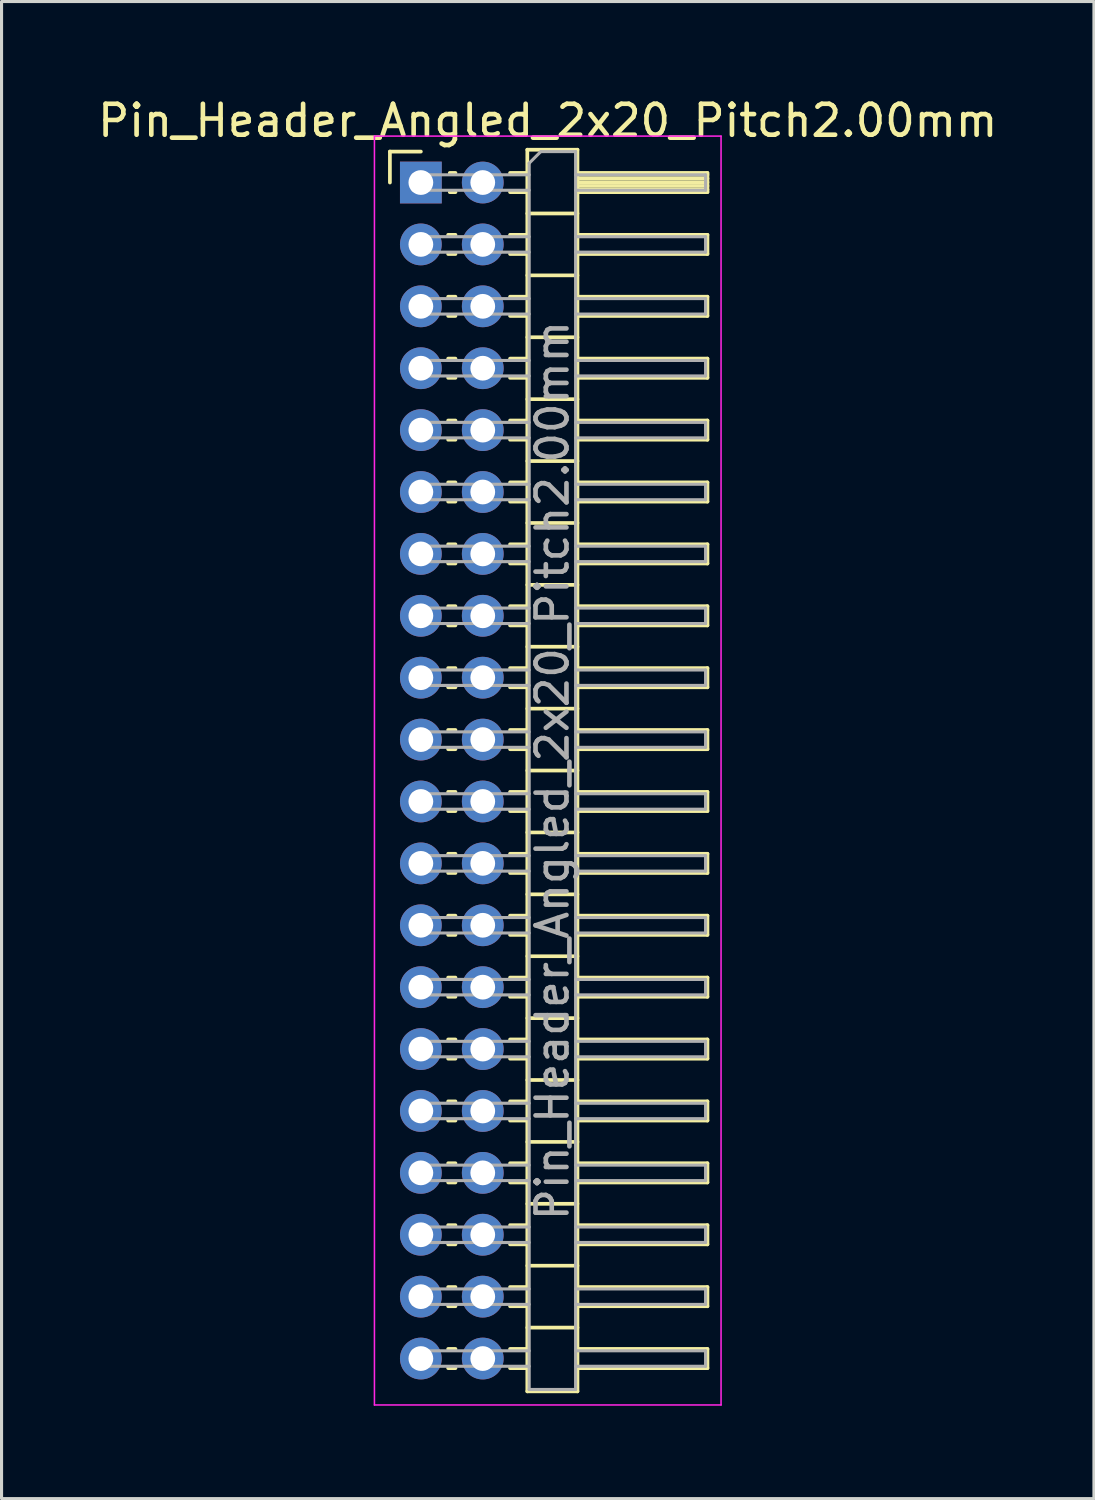
<source format=kicad_pcb>
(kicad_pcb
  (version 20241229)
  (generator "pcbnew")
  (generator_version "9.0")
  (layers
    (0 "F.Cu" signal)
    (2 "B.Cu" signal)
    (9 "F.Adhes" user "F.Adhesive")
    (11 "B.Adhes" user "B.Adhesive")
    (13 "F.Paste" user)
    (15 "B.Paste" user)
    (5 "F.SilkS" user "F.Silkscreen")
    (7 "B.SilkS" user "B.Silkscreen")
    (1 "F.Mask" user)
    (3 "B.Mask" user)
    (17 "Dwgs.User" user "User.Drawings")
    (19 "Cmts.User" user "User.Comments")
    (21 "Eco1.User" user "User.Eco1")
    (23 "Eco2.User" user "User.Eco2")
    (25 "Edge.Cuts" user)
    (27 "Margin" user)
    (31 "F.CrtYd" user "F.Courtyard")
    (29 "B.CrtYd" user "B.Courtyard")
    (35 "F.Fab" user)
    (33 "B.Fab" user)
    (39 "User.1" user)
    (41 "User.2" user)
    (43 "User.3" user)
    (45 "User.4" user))
  (footprint "Pin_Header_Angled_2x20_Pitch2.00mm"
    (layer "F.Cu")
    (at 10.549 2.848)
    (property "Reference" "Pin_Header_Angled_2x20_Pitch2.00mm" (at 4.1 -2 0) (layer "F.SilkS") (effects (font (size 1 1) (thickness 0.15))))
    (attr through_hole)
    (fp_line (start -1 -1) (end 0 -1) (stroke (width 0.12) (type solid)) (layer "F.SilkS"))
    (fp_line (start -1 0) (end -1 -1) (stroke (width 0.12) (type solid)) (layer "F.SilkS"))
    (fp_line (start 0.882 1.69) (end 1.118 1.69) (stroke (width 0.12) (type solid)) (layer "F.SilkS"))
    (fp_line (start 0.882 2.31) (end 1.118 2.31) (stroke (width 0.12) (type solid)) (layer "F.SilkS"))
    (fp_line (start 0.882 3.69) (end 1.118 3.69) (stroke (width 0.12) (type solid)) (layer "F.SilkS"))
    (fp_line (start 0.882 4.31) (end 1.118 4.31) (stroke (width 0.12) (type solid)) (layer "F.SilkS"))
    (fp_line (start 0.882 5.69) (end 1.118 5.69) (stroke (width 0.12) (type solid)) (layer "F.SilkS"))
    (fp_line (start 0.882 6.31) (end 1.118 6.31) (stroke (width 0.12) (type solid)) (layer "F.SilkS"))
    (fp_line (start 0.882 7.69) (end 1.118 7.69) (stroke (width 0.12) (type solid)) (layer "F.SilkS"))
    (fp_line (start 0.882 8.31) (end 1.118 8.31) (stroke (width 0.12) (type solid)) (layer "F.SilkS"))
    (fp_line (start 0.882 9.69) (end 1.118 9.69) (stroke (width 0.12) (type solid)) (layer "F.SilkS"))
    (fp_line (start 0.882 10.31) (end 1.118 10.31) (stroke (width 0.12) (type solid)) (layer "F.SilkS"))
    (fp_line (start 0.882 11.69) (end 1.118 11.69) (stroke (width 0.12) (type solid)) (layer "F.SilkS"))
    (fp_line (start 0.882 12.31) (end 1.118 12.31) (stroke (width 0.12) (type solid)) (layer "F.SilkS"))
    (fp_line (start 0.882 13.69) (end 1.118 13.69) (stroke (width 0.12) (type solid)) (layer "F.SilkS"))
    (fp_line (start 0.882 14.31) (end 1.118 14.31) (stroke (width 0.12) (type solid)) (layer "F.SilkS"))
    (fp_line (start 0.882 15.69) (end 1.118 15.69) (stroke (width 0.12) (type solid)) (layer "F.SilkS"))
    (fp_line (start 0.882 16.31) (end 1.118 16.31) (stroke (width 0.12) (type solid)) (layer "F.SilkS"))
    (fp_line (start 0.882 17.69) (end 1.118 17.69) (stroke (width 0.12) (type solid)) (layer "F.SilkS"))
    (fp_line (start 0.882 18.31) (end 1.118 18.31) (stroke (width 0.12) (type solid)) (layer "F.SilkS"))
    (fp_line (start 0.882 19.69) (end 1.118 19.69) (stroke (width 0.12) (type solid)) (layer "F.SilkS"))
    (fp_line (start 0.882 20.31) (end 1.118 20.31) (stroke (width 0.12) (type solid)) (layer "F.SilkS"))
    (fp_line (start 0.882 21.69) (end 1.118 21.69) (stroke (width 0.12) (type solid)) (layer "F.SilkS"))
    (fp_line (start 0.882 22.31) (end 1.118 22.31) (stroke (width 0.12) (type solid)) (layer "F.SilkS"))
    (fp_line (start 0.882 23.69) (end 1.118 23.69) (stroke (width 0.12) (type solid)) (layer "F.SilkS"))
    (fp_line (start 0.882 24.31) (end 1.118 24.31) (stroke (width 0.12) (type solid)) (layer "F.SilkS"))
    (fp_line (start 0.882 25.69) (end 1.118 25.69) (stroke (width 0.12) (type solid)) (layer "F.SilkS"))
    (fp_line (start 0.882 26.31) (end 1.118 26.31) (stroke (width 0.12) (type solid)) (layer "F.SilkS"))
    (fp_line (start 0.882 27.69) (end 1.118 27.69) (stroke (width 0.12) (type solid)) (layer "F.SilkS"))
    (fp_line (start 0.882 28.31) (end 1.118 28.31) (stroke (width 0.12) (type solid)) (layer "F.SilkS"))
    (fp_line (start 0.882 29.69) (end 1.118 29.69) (stroke (width 0.12) (type solid)) (layer "F.SilkS"))
    (fp_line (start 0.882 30.31) (end 1.118 30.31) (stroke (width 0.12) (type solid)) (layer "F.SilkS"))
    (fp_line (start 0.882 31.69) (end 1.118 31.69) (stroke (width 0.12) (type solid)) (layer "F.SilkS"))
    (fp_line (start 0.882 32.31) (end 1.118 32.31) (stroke (width 0.12) (type solid)) (layer "F.SilkS"))
    (fp_line (start 0.882 33.69) (end 1.118 33.69) (stroke (width 0.12) (type solid)) (layer "F.SilkS"))
    (fp_line (start 0.882 34.31) (end 1.118 34.31) (stroke (width 0.12) (type solid)) (layer "F.SilkS"))
    (fp_line (start 0.882 35.69) (end 1.118 35.69) (stroke (width 0.12) (type solid)) (layer "F.SilkS"))
    (fp_line (start 0.882 36.31) (end 1.118 36.31) (stroke (width 0.12) (type solid)) (layer "F.SilkS"))
    (fp_line (start 0.882 37.69) (end 1.118 37.69) (stroke (width 0.12) (type solid)) (layer "F.SilkS"))
    (fp_line (start 0.882 38.31) (end 1.118 38.31) (stroke (width 0.12) (type solid)) (layer "F.SilkS"))
    (fp_line (start 0.935 -0.31) (end 1.118 -0.31) (stroke (width 0.12) (type solid)) (layer "F.SilkS"))
    (fp_line (start 0.935 0.31) (end 1.118 0.31) (stroke (width 0.12) (type solid)) (layer "F.SilkS"))
    (fp_line (start 2.882 -0.31) (end 3.44 -0.31) (stroke (width 0.12) (type solid)) (layer "F.SilkS"))
    (fp_line (start 2.882 0.31) (end 3.44 0.31) (stroke (width 0.12) (type solid)) (layer "F.SilkS"))
    (fp_line (start 2.882 1.69) (end 3.44 1.69) (stroke (width 0.12) (type solid)) (layer "F.SilkS"))
    (fp_line (start 2.882 2.31) (end 3.44 2.31) (stroke (width 0.12) (type solid)) (layer "F.SilkS"))
    (fp_line (start 2.882 3.69) (end 3.44 3.69) (stroke (width 0.12) (type solid)) (layer "F.SilkS"))
    (fp_line (start 2.882 4.31) (end 3.44 4.31) (stroke (width 0.12) (type solid)) (layer "F.SilkS"))
    (fp_line (start 2.882 5.69) (end 3.44 5.69) (stroke (width 0.12) (type solid)) (layer "F.SilkS"))
    (fp_line (start 2.882 6.31) (end 3.44 6.31) (stroke (width 0.12) (type solid)) (layer "F.SilkS"))
    (fp_line (start 2.882 7.69) (end 3.44 7.69) (stroke (width 0.12) (type solid)) (layer "F.SilkS"))
    (fp_line (start 2.882 8.31) (end 3.44 8.31) (stroke (width 0.12) (type solid)) (layer "F.SilkS"))
    (fp_line (start 2.882 9.69) (end 3.44 9.69) (stroke (width 0.12) (type solid)) (layer "F.SilkS"))
    (fp_line (start 2.882 10.31) (end 3.44 10.31) (stroke (width 0.12) (type solid)) (layer "F.SilkS"))
    (fp_line (start 2.882 11.69) (end 3.44 11.69) (stroke (width 0.12) (type solid)) (layer "F.SilkS"))
    (fp_line (start 2.882 12.31) (end 3.44 12.31) (stroke (width 0.12) (type solid)) (layer "F.SilkS"))
    (fp_line (start 2.882 13.69) (end 3.44 13.69) (stroke (width 0.12) (type solid)) (layer "F.SilkS"))
    (fp_line (start 2.882 14.31) (end 3.44 14.31) (stroke (width 0.12) (type solid)) (layer "F.SilkS"))
    (fp_line (start 2.882 15.69) (end 3.44 15.69) (stroke (width 0.12) (type solid)) (layer "F.SilkS"))
    (fp_line (start 2.882 16.31) (end 3.44 16.31) (stroke (width 0.12) (type solid)) (layer "F.SilkS"))
    (fp_line (start 2.882 17.69) (end 3.44 17.69) (stroke (width 0.12) (type solid)) (layer "F.SilkS"))
    (fp_line (start 2.882 18.31) (end 3.44 18.31) (stroke (width 0.12) (type solid)) (layer "F.SilkS"))
    (fp_line (start 2.882 19.69) (end 3.44 19.69) (stroke (width 0.12) (type solid)) (layer "F.SilkS"))
    (fp_line (start 2.882 20.31) (end 3.44 20.31) (stroke (width 0.12) (type solid)) (layer "F.SilkS"))
    (fp_line (start 2.882 21.69) (end 3.44 21.69) (stroke (width 0.12) (type solid)) (layer "F.SilkS"))
    (fp_line (start 2.882 22.31) (end 3.44 22.31) (stroke (width 0.12) (type solid)) (layer "F.SilkS"))
    (fp_line (start 2.882 23.69) (end 3.44 23.69) (stroke (width 0.12) (type solid)) (layer "F.SilkS"))
    (fp_line (start 2.882 24.31) (end 3.44 24.31) (stroke (width 0.12) (type solid)) (layer "F.SilkS"))
    (fp_line (start 2.882 25.69) (end 3.44 25.69) (stroke (width 0.12) (type solid)) (layer "F.SilkS"))
    (fp_line (start 2.882 26.31) (end 3.44 26.31) (stroke (width 0.12) (type solid)) (layer "F.SilkS"))
    (fp_line (start 2.882 27.69) (end 3.44 27.69) (stroke (width 0.12) (type solid)) (layer "F.SilkS"))
    (fp_line (start 2.882 28.31) (end 3.44 28.31) (stroke (width 0.12) (type solid)) (layer "F.SilkS"))
    (fp_line (start 2.882 29.69) (end 3.44 29.69) (stroke (width 0.12) (type solid)) (layer "F.SilkS"))
    (fp_line (start 2.882 30.31) (end 3.44 30.31) (stroke (width 0.12) (type solid)) (layer "F.SilkS"))
    (fp_line (start 2.882 31.69) (end 3.44 31.69) (stroke (width 0.12) (type solid)) (layer "F.SilkS"))
    (fp_line (start 2.882 32.31) (end 3.44 32.31) (stroke (width 0.12) (type solid)) (layer "F.SilkS"))
    (fp_line (start 2.882 33.69) (end 3.44 33.69) (stroke (width 0.12) (type solid)) (layer "F.SilkS"))
    (fp_line (start 2.882 34.31) (end 3.44 34.31) (stroke (width 0.12) (type solid)) (layer "F.SilkS"))
    (fp_line (start 2.882 35.69) (end 3.44 35.69) (stroke (width 0.12) (type solid)) (layer "F.SilkS"))
    (fp_line (start 2.882 36.31) (end 3.44 36.31) (stroke (width 0.12) (type solid)) (layer "F.SilkS"))
    (fp_line (start 2.882 37.69) (end 3.44 37.69) (stroke (width 0.12) (type solid)) (layer "F.SilkS"))
    (fp_line (start 2.882 38.31) (end 3.44 38.31) (stroke (width 0.12) (type solid)) (layer "F.SilkS"))
    (fp_line (start 3.44 -1.06) (end 3.44 39.06) (stroke (width 0.12) (type solid)) (layer "F.SilkS"))
    (fp_line (start 3.44 1) (end 5.06 1) (stroke (width 0.12) (type solid)) (layer "F.SilkS"))
    (fp_line (start 3.44 3) (end 5.06 3) (stroke (width 0.12) (type solid)) (layer "F.SilkS"))
    (fp_line (start 3.44 5) (end 5.06 5) (stroke (width 0.12) (type solid)) (layer "F.SilkS"))
    (fp_line (start 3.44 7) (end 5.06 7) (stroke (width 0.12) (type solid)) (layer "F.SilkS"))
    (fp_line (start 3.44 9) (end 5.06 9) (stroke (width 0.12) (type solid)) (layer "F.SilkS"))
    (fp_line (start 3.44 11) (end 5.06 11) (stroke (width 0.12) (type solid)) (layer "F.SilkS"))
    (fp_line (start 3.44 13) (end 5.06 13) (stroke (width 0.12) (type solid)) (layer "F.SilkS"))
    (fp_line (start 3.44 15) (end 5.06 15) (stroke (width 0.12) (type solid)) (layer "F.SilkS"))
    (fp_line (start 3.44 17) (end 5.06 17) (stroke (width 0.12) (type solid)) (layer "F.SilkS"))
    (fp_line (start 3.44 19) (end 5.06 19) (stroke (width 0.12) (type solid)) (layer "F.SilkS"))
    (fp_line (start 3.44 21) (end 5.06 21) (stroke (width 0.12) (type solid)) (layer "F.SilkS"))
    (fp_line (start 3.44 23) (end 5.06 23) (stroke (width 0.12) (type solid)) (layer "F.SilkS"))
    (fp_line (start 3.44 25) (end 5.06 25) (stroke (width 0.12) (type solid)) (layer "F.SilkS"))
    (fp_line (start 3.44 27) (end 5.06 27) (stroke (width 0.12) (type solid)) (layer "F.SilkS"))
    (fp_line (start 3.44 29) (end 5.06 29) (stroke (width 0.12) (type solid)) (layer "F.SilkS"))
    (fp_line (start 3.44 31) (end 5.06 31) (stroke (width 0.12) (type solid)) (layer "F.SilkS"))
    (fp_line (start 3.44 33) (end 5.06 33) (stroke (width 0.12) (type solid)) (layer "F.SilkS"))
    (fp_line (start 3.44 35) (end 5.06 35) (stroke (width 0.12) (type solid)) (layer "F.SilkS"))
    (fp_line (start 3.44 37) (end 5.06 37) (stroke (width 0.12) (type solid)) (layer "F.SilkS"))
    (fp_line (start 3.44 39.06) (end 5.06 39.06) (stroke (width 0.12) (type solid)) (layer "F.SilkS"))
    (fp_line (start 5.06 -1.06) (end 3.44 -1.06) (stroke (width 0.12) (type solid)) (layer "F.SilkS"))
    (fp_line (start 5.06 -0.31) (end 9.26 -0.31) (stroke (width 0.12) (type solid)) (layer "F.SilkS"))
    (fp_line (start 5.06 -0.25) (end 9.26 -0.25) (stroke (width 0.12) (type solid)) (layer "F.SilkS"))
    (fp_line (start 5.06 -0.13) (end 9.26 -0.13) (stroke (width 0.12) (type solid)) (layer "F.SilkS"))
    (fp_line (start 5.06 -0.01) (end 9.26 -0.01) (stroke (width 0.12) (type solid)) (layer "F.SilkS"))
    (fp_line (start 5.06 0.11) (end 9.26 0.11) (stroke (width 0.12) (type solid)) (layer "F.SilkS"))
    (fp_line (start 5.06 0.23) (end 9.26 0.23) (stroke (width 0.12) (type solid)) (layer "F.SilkS"))
    (fp_line (start 5.06 1.69) (end 9.26 1.69) (stroke (width 0.12) (type solid)) (layer "F.SilkS"))
    (fp_line (start 5.06 3.69) (end 9.26 3.69) (stroke (width 0.12) (type solid)) (layer "F.SilkS"))
    (fp_line (start 5.06 5.69) (end 9.26 5.69) (stroke (width 0.12) (type solid)) (layer "F.SilkS"))
    (fp_line (start 5.06 7.69) (end 9.26 7.69) (stroke (width 0.12) (type solid)) (layer "F.SilkS"))
    (fp_line (start 5.06 9.69) (end 9.26 9.69) (stroke (width 0.12) (type solid)) (layer "F.SilkS"))
    (fp_line (start 5.06 11.69) (end 9.26 11.69) (stroke (width 0.12) (type solid)) (layer "F.SilkS"))
    (fp_line (start 5.06 13.69) (end 9.26 13.69) (stroke (width 0.12) (type solid)) (layer "F.SilkS"))
    (fp_line (start 5.06 15.69) (end 9.26 15.69) (stroke (width 0.12) (type solid)) (layer "F.SilkS"))
    (fp_line (start 5.06 17.69) (end 9.26 17.69) (stroke (width 0.12) (type solid)) (layer "F.SilkS"))
    (fp_line (start 5.06 19.69) (end 9.26 19.69) (stroke (width 0.12) (type solid)) (layer "F.SilkS"))
    (fp_line (start 5.06 21.69) (end 9.26 21.69) (stroke (width 0.12) (type solid)) (layer "F.SilkS"))
    (fp_line (start 5.06 23.69) (end 9.26 23.69) (stroke (width 0.12) (type solid)) (layer "F.SilkS"))
    (fp_line (start 5.06 25.69) (end 9.26 25.69) (stroke (width 0.12) (type solid)) (layer "F.SilkS"))
    (fp_line (start 5.06 27.69) (end 9.26 27.69) (stroke (width 0.12) (type solid)) (layer "F.SilkS"))
    (fp_line (start 5.06 29.69) (end 9.26 29.69) (stroke (width 0.12) (type solid)) (layer "F.SilkS"))
    (fp_line (start 5.06 31.69) (end 9.26 31.69) (stroke (width 0.12) (type solid)) (layer "F.SilkS"))
    (fp_line (start 5.06 33.69) (end 9.26 33.69) (stroke (width 0.12) (type solid)) (layer "F.SilkS"))
    (fp_line (start 5.06 35.69) (end 9.26 35.69) (stroke (width 0.12) (type solid)) (layer "F.SilkS"))
    (fp_line (start 5.06 37.69) (end 9.26 37.69) (stroke (width 0.12) (type solid)) (layer "F.SilkS"))
    (fp_line (start 5.06 39.06) (end 5.06 -1.06) (stroke (width 0.12) (type solid)) (layer "F.SilkS"))
    (fp_line (start 9.26 -0.31) (end 9.26 0.31) (stroke (width 0.12) (type solid)) (layer "F.SilkS"))
    (fp_line (start 9.26 0.31) (end 5.06 0.31) (stroke (width 0.12) (type solid)) (layer "F.SilkS"))
    (fp_line (start 9.26 1.69) (end 9.26 2.31) (stroke (width 0.12) (type solid)) (layer "F.SilkS"))
    (fp_line (start 9.26 2.31) (end 5.06 2.31) (stroke (width 0.12) (type solid)) (layer "F.SilkS"))
    (fp_line (start 9.26 3.69) (end 9.26 4.31) (stroke (width 0.12) (type solid)) (layer "F.SilkS"))
    (fp_line (start 9.26 4.31) (end 5.06 4.31) (stroke (width 0.12) (type solid)) (layer "F.SilkS"))
    (fp_line (start 9.26 5.69) (end 9.26 6.31) (stroke (width 0.12) (type solid)) (layer "F.SilkS"))
    (fp_line (start 9.26 6.31) (end 5.06 6.31) (stroke (width 0.12) (type solid)) (layer "F.SilkS"))
    (fp_line (start 9.26 7.69) (end 9.26 8.31) (stroke (width 0.12) (type solid)) (layer "F.SilkS"))
    (fp_line (start 9.26 8.31) (end 5.06 8.31) (stroke (width 0.12) (type solid)) (layer "F.SilkS"))
    (fp_line (start 9.26 9.69) (end 9.26 10.31) (stroke (width 0.12) (type solid)) (layer "F.SilkS"))
    (fp_line (start 9.26 10.31) (end 5.06 10.31) (stroke (width 0.12) (type solid)) (layer "F.SilkS"))
    (fp_line (start 9.26 11.69) (end 9.26 12.31) (stroke (width 0.12) (type solid)) (layer "F.SilkS"))
    (fp_line (start 9.26 12.31) (end 5.06 12.31) (stroke (width 0.12) (type solid)) (layer "F.SilkS"))
    (fp_line (start 9.26 13.69) (end 9.26 14.31) (stroke (width 0.12) (type solid)) (layer "F.SilkS"))
    (fp_line (start 9.26 14.31) (end 5.06 14.31) (stroke (width 0.12) (type solid)) (layer "F.SilkS"))
    (fp_line (start 9.26 15.69) (end 9.26 16.31) (stroke (width 0.12) (type solid)) (layer "F.SilkS"))
    (fp_line (start 9.26 16.31) (end 5.06 16.31) (stroke (width 0.12) (type solid)) (layer "F.SilkS"))
    (fp_line (start 9.26 17.69) (end 9.26 18.31) (stroke (width 0.12) (type solid)) (layer "F.SilkS"))
    (fp_line (start 9.26 18.31) (end 5.06 18.31) (stroke (width 0.12) (type solid)) (layer "F.SilkS"))
    (fp_line (start 9.26 19.69) (end 9.26 20.31) (stroke (width 0.12) (type solid)) (layer "F.SilkS"))
    (fp_line (start 9.26 20.31) (end 5.06 20.31) (stroke (width 0.12) (type solid)) (layer "F.SilkS"))
    (fp_line (start 9.26 21.69) (end 9.26 22.31) (stroke (width 0.12) (type solid)) (layer "F.SilkS"))
    (fp_line (start 9.26 22.31) (end 5.06 22.31) (stroke (width 0.12) (type solid)) (layer "F.SilkS"))
    (fp_line (start 9.26 23.69) (end 9.26 24.31) (stroke (width 0.12) (type solid)) (layer "F.SilkS"))
    (fp_line (start 9.26 24.31) (end 5.06 24.31) (stroke (width 0.12) (type solid)) (layer "F.SilkS"))
    (fp_line (start 9.26 25.69) (end 9.26 26.31) (stroke (width 0.12) (type solid)) (layer "F.SilkS"))
    (fp_line (start 9.26 26.31) (end 5.06 26.31) (stroke (width 0.12) (type solid)) (layer "F.SilkS"))
    (fp_line (start 9.26 27.69) (end 9.26 28.31) (stroke (width 0.12) (type solid)) (layer "F.SilkS"))
    (fp_line (start 9.26 28.31) (end 5.06 28.31) (stroke (width 0.12) (type solid)) (layer "F.SilkS"))
    (fp_line (start 9.26 29.69) (end 9.26 30.31) (stroke (width 0.12) (type solid)) (layer "F.SilkS"))
    (fp_line (start 9.26 30.31) (end 5.06 30.31) (stroke (width 0.12) (type solid)) (layer "F.SilkS"))
    (fp_line (start 9.26 31.69) (end 9.26 32.31) (stroke (width 0.12) (type solid)) (layer "F.SilkS"))
    (fp_line (start 9.26 32.31) (end 5.06 32.31) (stroke (width 0.12) (type solid)) (layer "F.SilkS"))
    (fp_line (start 9.26 33.69) (end 9.26 34.31) (stroke (width 0.12) (type solid)) (layer "F.SilkS"))
    (fp_line (start 9.26 34.31) (end 5.06 34.31) (stroke (width 0.12) (type solid)) (layer "F.SilkS"))
    (fp_line (start 9.26 35.69) (end 9.26 36.31) (stroke (width 0.12) (type solid)) (layer "F.SilkS"))
    (fp_line (start 9.26 36.31) (end 5.06 36.31) (stroke (width 0.12) (type solid)) (layer "F.SilkS"))
    (fp_line (start 9.26 37.69) (end 9.26 38.31) (stroke (width 0.12) (type solid)) (layer "F.SilkS"))
    (fp_line (start 9.26 38.31) (end 5.06 38.31) (stroke (width 0.12) (type solid)) (layer "F.SilkS"))
    (fp_line (start -1.5 -1.5) (end -1.5 39.5) (stroke (width 0.05) (type solid)) (layer "F.CrtYd"))
    (fp_line (start -1.5 39.5) (end 9.7 39.5) (stroke (width 0.05) (type solid)) (layer "F.CrtYd"))
    (fp_line (start 9.7 -1.5) (end -1.5 -1.5) (stroke (width 0.05) (type solid)) (layer "F.CrtYd"))
    (fp_line (start 9.7 39.5) (end 9.7 -1.5) (stroke (width 0.05) (type solid)) (layer "F.CrtYd"))
    (fp_line (start -0.25 -0.25) (end -0.25 0.25) (stroke (width 0.1) (type solid)) (layer "F.Fab"))
    (fp_line (start -0.25 -0.25) (end 3.5 -0.25) (stroke (width 0.1) (type solid)) (layer "F.Fab"))
    (fp_line (start -0.25 0.25) (end 3.5 0.25) (stroke (width 0.1) (type solid)) (layer "F.Fab"))
    (fp_line (start -0.25 1.75) (end -0.25 2.25) (stroke (width 0.1) (type solid)) (layer "F.Fab"))
    (fp_line (start -0.25 1.75) (end 3.5 1.75) (stroke (width 0.1) (type solid)) (layer "F.Fab"))
    (fp_line (start -0.25 2.25) (end 3.5 2.25) (stroke (width 0.1) (type solid)) (layer "F.Fab"))
    (fp_line (start -0.25 3.75) (end -0.25 4.25) (stroke (width 0.1) (type solid)) (layer "F.Fab"))
    (fp_line (start -0.25 3.75) (end 3.5 3.75) (stroke (width 0.1) (type solid)) (layer "F.Fab"))
    (fp_line (start -0.25 4.25) (end 3.5 4.25) (stroke (width 0.1) (type solid)) (layer "F.Fab"))
    (fp_line (start -0.25 5.75) (end -0.25 6.25) (stroke (width 0.1) (type solid)) (layer "F.Fab"))
    (fp_line (start -0.25 5.75) (end 3.5 5.75) (stroke (width 0.1) (type solid)) (layer "F.Fab"))
    (fp_line (start -0.25 6.25) (end 3.5 6.25) (stroke (width 0.1) (type solid)) (layer "F.Fab"))
    (fp_line (start -0.25 7.75) (end -0.25 8.25) (stroke (width 0.1) (type solid)) (layer "F.Fab"))
    (fp_line (start -0.25 7.75) (end 3.5 7.75) (stroke (width 0.1) (type solid)) (layer "F.Fab"))
    (fp_line (start -0.25 8.25) (end 3.5 8.25) (stroke (width 0.1) (type solid)) (layer "F.Fab"))
    (fp_line (start -0.25 9.75) (end -0.25 10.25) (stroke (width 0.1) (type solid)) (layer "F.Fab"))
    (fp_line (start -0.25 9.75) (end 3.5 9.75) (stroke (width 0.1) (type solid)) (layer "F.Fab"))
    (fp_line (start -0.25 10.25) (end 3.5 10.25) (stroke (width 0.1) (type solid)) (layer "F.Fab"))
    (fp_line (start -0.25 11.75) (end -0.25 12.25) (stroke (width 0.1) (type solid)) (layer "F.Fab"))
    (fp_line (start -0.25 11.75) (end 3.5 11.75) (stroke (width 0.1) (type solid)) (layer "F.Fab"))
    (fp_line (start -0.25 12.25) (end 3.5 12.25) (stroke (width 0.1) (type solid)) (layer "F.Fab"))
    (fp_line (start -0.25 13.75) (end -0.25 14.25) (stroke (width 0.1) (type solid)) (layer "F.Fab"))
    (fp_line (start -0.25 13.75) (end 3.5 13.75) (stroke (width 0.1) (type solid)) (layer "F.Fab"))
    (fp_line (start -0.25 14.25) (end 3.5 14.25) (stroke (width 0.1) (type solid)) (layer "F.Fab"))
    (fp_line (start -0.25 15.75) (end -0.25 16.25) (stroke (width 0.1) (type solid)) (layer "F.Fab"))
    (fp_line (start -0.25 15.75) (end 3.5 15.75) (stroke (width 0.1) (type solid)) (layer "F.Fab"))
    (fp_line (start -0.25 16.25) (end 3.5 16.25) (stroke (width 0.1) (type solid)) (layer "F.Fab"))
    (fp_line (start -0.25 17.75) (end -0.25 18.25) (stroke (width 0.1) (type solid)) (layer "F.Fab"))
    (fp_line (start -0.25 17.75) (end 3.5 17.75) (stroke (width 0.1) (type solid)) (layer "F.Fab"))
    (fp_line (start -0.25 18.25) (end 3.5 18.25) (stroke (width 0.1) (type solid)) (layer "F.Fab"))
    (fp_line (start -0.25 19.75) (end -0.25 20.25) (stroke (width 0.1) (type solid)) (layer "F.Fab"))
    (fp_line (start -0.25 19.75) (end 3.5 19.75) (stroke (width 0.1) (type solid)) (layer "F.Fab"))
    (fp_line (start -0.25 20.25) (end 3.5 20.25) (stroke (width 0.1) (type solid)) (layer "F.Fab"))
    (fp_line (start -0.25 21.75) (end -0.25 22.25) (stroke (width 0.1) (type solid)) (layer "F.Fab"))
    (fp_line (start -0.25 21.75) (end 3.5 21.75) (stroke (width 0.1) (type solid)) (layer "F.Fab"))
    (fp_line (start -0.25 22.25) (end 3.5 22.25) (stroke (width 0.1) (type solid)) (layer "F.Fab"))
    (fp_line (start -0.25 23.75) (end -0.25 24.25) (stroke (width 0.1) (type solid)) (layer "F.Fab"))
    (fp_line (start -0.25 23.75) (end 3.5 23.75) (stroke (width 0.1) (type solid)) (layer "F.Fab"))
    (fp_line (start -0.25 24.25) (end 3.5 24.25) (stroke (width 0.1) (type solid)) (layer "F.Fab"))
    (fp_line (start -0.25 25.75) (end -0.25 26.25) (stroke (width 0.1) (type solid)) (layer "F.Fab"))
    (fp_line (start -0.25 25.75) (end 3.5 25.75) (stroke (width 0.1) (type solid)) (layer "F.Fab"))
    (fp_line (start -0.25 26.25) (end 3.5 26.25) (stroke (width 0.1) (type solid)) (layer "F.Fab"))
    (fp_line (start -0.25 27.75) (end -0.25 28.25) (stroke (width 0.1) (type solid)) (layer "F.Fab"))
    (fp_line (start -0.25 27.75) (end 3.5 27.75) (stroke (width 0.1) (type solid)) (layer "F.Fab"))
    (fp_line (start -0.25 28.25) (end 3.5 28.25) (stroke (width 0.1) (type solid)) (layer "F.Fab"))
    (fp_line (start -0.25 29.75) (end -0.25 30.25) (stroke (width 0.1) (type solid)) (layer "F.Fab"))
    (fp_line (start -0.25 29.75) (end 3.5 29.75) (stroke (width 0.1) (type solid)) (layer "F.Fab"))
    (fp_line (start -0.25 30.25) (end 3.5 30.25) (stroke (width 0.1) (type solid)) (layer "F.Fab"))
    (fp_line (start -0.25 31.75) (end -0.25 32.25) (stroke (width 0.1) (type solid)) (layer "F.Fab"))
    (fp_line (start -0.25 31.75) (end 3.5 31.75) (stroke (width 0.1) (type solid)) (layer "F.Fab"))
    (fp_line (start -0.25 32.25) (end 3.5 32.25) (stroke (width 0.1) (type solid)) (layer "F.Fab"))
    (fp_line (start -0.25 33.75) (end -0.25 34.25) (stroke (width 0.1) (type solid)) (layer "F.Fab"))
    (fp_line (start -0.25 33.75) (end 3.5 33.75) (stroke (width 0.1) (type solid)) (layer "F.Fab"))
    (fp_line (start -0.25 34.25) (end 3.5 34.25) (stroke (width 0.1) (type solid)) (layer "F.Fab"))
    (fp_line (start -0.25 35.75) (end -0.25 36.25) (stroke (width 0.1) (type solid)) (layer "F.Fab"))
    (fp_line (start -0.25 35.75) (end 3.5 35.75) (stroke (width 0.1) (type solid)) (layer "F.Fab"))
    (fp_line (start -0.25 36.25) (end 3.5 36.25) (stroke (width 0.1) (type solid)) (layer "F.Fab"))
    (fp_line (start -0.25 37.75) (end -0.25 38.25) (stroke (width 0.1) (type solid)) (layer "F.Fab"))
    (fp_line (start -0.25 37.75) (end 3.5 37.75) (stroke (width 0.1) (type solid)) (layer "F.Fab"))
    (fp_line (start -0.25 38.25) (end 3.5 38.25) (stroke (width 0.1) (type solid)) (layer "F.Fab"))
    (fp_line (start 3.5 -0.625) (end 3.875 -1) (stroke (width 0.1) (type solid)) (layer "F.Fab"))
    (fp_line (start 3.5 39) (end 3.5 -0.625) (stroke (width 0.1) (type solid)) (layer "F.Fab"))
    (fp_line (start 3.875 -1) (end 5 -1) (stroke (width 0.1) (type solid)) (layer "F.Fab"))
    (fp_line (start 5 -1) (end 5 39) (stroke (width 0.1) (type solid)) (layer "F.Fab"))
    (fp_line (start 5 -0.25) (end 9.2 -0.25) (stroke (width 0.1) (type solid)) (layer "F.Fab"))
    (fp_line (start 5 0.25) (end 9.2 0.25) (stroke (width 0.1) (type solid)) (layer "F.Fab"))
    (fp_line (start 5 1.75) (end 9.2 1.75) (stroke (width 0.1) (type solid)) (layer "F.Fab"))
    (fp_line (start 5 2.25) (end 9.2 2.25) (stroke (width 0.1) (type solid)) (layer "F.Fab"))
    (fp_line (start 5 3.75) (end 9.2 3.75) (stroke (width 0.1) (type solid)) (layer "F.Fab"))
    (fp_line (start 5 4.25) (end 9.2 4.25) (stroke (width 0.1) (type solid)) (layer "F.Fab"))
    (fp_line (start 5 5.75) (end 9.2 5.75) (stroke (width 0.1) (type solid)) (layer "F.Fab"))
    (fp_line (start 5 6.25) (end 9.2 6.25) (stroke (width 0.1) (type solid)) (layer "F.Fab"))
    (fp_line (start 5 7.75) (end 9.2 7.75) (stroke (width 0.1) (type solid)) (layer "F.Fab"))
    (fp_line (start 5 8.25) (end 9.2 8.25) (stroke (width 0.1) (type solid)) (layer "F.Fab"))
    (fp_line (start 5 9.75) (end 9.2 9.75) (stroke (width 0.1) (type solid)) (layer "F.Fab"))
    (fp_line (start 5 10.25) (end 9.2 10.25) (stroke (width 0.1) (type solid)) (layer "F.Fab"))
    (fp_line (start 5 11.75) (end 9.2 11.75) (stroke (width 0.1) (type solid)) (layer "F.Fab"))
    (fp_line (start 5 12.25) (end 9.2 12.25) (stroke (width 0.1) (type solid)) (layer "F.Fab"))
    (fp_line (start 5 13.75) (end 9.2 13.75) (stroke (width 0.1) (type solid)) (layer "F.Fab"))
    (fp_line (start 5 14.25) (end 9.2 14.25) (stroke (width 0.1) (type solid)) (layer "F.Fab"))
    (fp_line (start 5 15.75) (end 9.2 15.75) (stroke (width 0.1) (type solid)) (layer "F.Fab"))
    (fp_line (start 5 16.25) (end 9.2 16.25) (stroke (width 0.1) (type solid)) (layer "F.Fab"))
    (fp_line (start 5 17.75) (end 9.2 17.75) (stroke (width 0.1) (type solid)) (layer "F.Fab"))
    (fp_line (start 5 18.25) (end 9.2 18.25) (stroke (width 0.1) (type solid)) (layer "F.Fab"))
    (fp_line (start 5 19.75) (end 9.2 19.75) (stroke (width 0.1) (type solid)) (layer "F.Fab"))
    (fp_line (start 5 20.25) (end 9.2 20.25) (stroke (width 0.1) (type solid)) (layer "F.Fab"))
    (fp_line (start 5 21.75) (end 9.2 21.75) (stroke (width 0.1) (type solid)) (layer "F.Fab"))
    (fp_line (start 5 22.25) (end 9.2 22.25) (stroke (width 0.1) (type solid)) (layer "F.Fab"))
    (fp_line (start 5 23.75) (end 9.2 23.75) (stroke (width 0.1) (type solid)) (layer "F.Fab"))
    (fp_line (start 5 24.25) (end 9.2 24.25) (stroke (width 0.1) (type solid)) (layer "F.Fab"))
    (fp_line (start 5 25.75) (end 9.2 25.75) (stroke (width 0.1) (type solid)) (layer "F.Fab"))
    (fp_line (start 5 26.25) (end 9.2 26.25) (stroke (width 0.1) (type solid)) (layer "F.Fab"))
    (fp_line (start 5 27.75) (end 9.2 27.75) (stroke (width 0.1) (type solid)) (layer "F.Fab"))
    (fp_line (start 5 28.25) (end 9.2 28.25) (stroke (width 0.1) (type solid)) (layer "F.Fab"))
    (fp_line (start 5 29.75) (end 9.2 29.75) (stroke (width 0.1) (type solid)) (layer "F.Fab"))
    (fp_line (start 5 30.25) (end 9.2 30.25) (stroke (width 0.1) (type solid)) (layer "F.Fab"))
    (fp_line (start 5 31.75) (end 9.2 31.75) (stroke (width 0.1) (type solid)) (layer "F.Fab"))
    (fp_line (start 5 32.25) (end 9.2 32.25) (stroke (width 0.1) (type solid)) (layer "F.Fab"))
    (fp_line (start 5 33.75) (end 9.2 33.75) (stroke (width 0.1) (type solid)) (layer "F.Fab"))
    (fp_line (start 5 34.25) (end 9.2 34.25) (stroke (width 0.1) (type solid)) (layer "F.Fab"))
    (fp_line (start 5 35.75) (end 9.2 35.75) (stroke (width 0.1) (type solid)) (layer "F.Fab"))
    (fp_line (start 5 36.25) (end 9.2 36.25) (stroke (width 0.1) (type solid)) (layer "F.Fab"))
    (fp_line (start 5 37.75) (end 9.2 37.75) (stroke (width 0.1) (type solid)) (layer "F.Fab"))
    (fp_line (start 5 38.25) (end 9.2 38.25) (stroke (width 0.1) (type solid)) (layer "F.Fab"))
    (fp_line (start 5 39) (end 3.5 39) (stroke (width 0.1) (type solid)) (layer "F.Fab"))
    (fp_line (start 9.2 -0.25) (end 9.2 0.25) (stroke (width 0.1) (type solid)) (layer "F.Fab"))
    (fp_line (start 9.2 1.75) (end 9.2 2.25) (stroke (width 0.1) (type solid)) (layer "F.Fab"))
    (fp_line (start 9.2 3.75) (end 9.2 4.25) (stroke (width 0.1) (type solid)) (layer "F.Fab"))
    (fp_line (start 9.2 5.75) (end 9.2 6.25) (stroke (width 0.1) (type solid)) (layer "F.Fab"))
    (fp_line (start 9.2 7.75) (end 9.2 8.25) (stroke (width 0.1) (type solid)) (layer "F.Fab"))
    (fp_line (start 9.2 9.75) (end 9.2 10.25) (stroke (width 0.1) (type solid)) (layer "F.Fab"))
    (fp_line (start 9.2 11.75) (end 9.2 12.25) (stroke (width 0.1) (type solid)) (layer "F.Fab"))
    (fp_line (start 9.2 13.75) (end 9.2 14.25) (stroke (width 0.1) (type solid)) (layer "F.Fab"))
    (fp_line (start 9.2 15.75) (end 9.2 16.25) (stroke (width 0.1) (type solid)) (layer "F.Fab"))
    (fp_line (start 9.2 17.75) (end 9.2 18.25) (stroke (width 0.1) (type solid)) (layer "F.Fab"))
    (fp_line (start 9.2 19.75) (end 9.2 20.25) (stroke (width 0.1) (type solid)) (layer "F.Fab"))
    (fp_line (start 9.2 21.75) (end 9.2 22.25) (stroke (width 0.1) (type solid)) (layer "F.Fab"))
    (fp_line (start 9.2 23.75) (end 9.2 24.25) (stroke (width 0.1) (type solid)) (layer "F.Fab"))
    (fp_line (start 9.2 25.75) (end 9.2 26.25) (stroke (width 0.1) (type solid)) (layer "F.Fab"))
    (fp_line (start 9.2 27.75) (end 9.2 28.25) (stroke (width 0.1) (type solid)) (layer "F.Fab"))
    (fp_line (start 9.2 29.75) (end 9.2 30.25) (stroke (width 0.1) (type solid)) (layer "F.Fab"))
    (fp_line (start 9.2 31.75) (end 9.2 32.25) (stroke (width 0.1) (type solid)) (layer "F.Fab"))
    (fp_line (start 9.2 33.75) (end 9.2 34.25) (stroke (width 0.1) (type solid)) (layer "F.Fab"))
    (fp_line (start 9.2 35.75) (end 9.2 36.25) (stroke (width 0.1) (type solid)) (layer "F.Fab"))
    (fp_line (start 9.2 37.75) (end 9.2 38.25) (stroke (width 0.1) (type solid)) (layer "F.Fab"))
    (fp_text user "${REFERENCE}" (at 4.25 19 90) (layer "F.Fab") (effects (font (size 1 1) (thickness 0.15))))
    (pad "1" thru_hole rect (at 0 0) (size 1.35 1.35) (drill 0.8) (layers "*.Cu" "*.Mask"))
    (pad "2" thru_hole oval (at 2 0) (size 1.35 1.35) (drill 0.8) (layers "*.Cu" "*.Mask"))
    (pad "3" thru_hole oval (at 0 2) (size 1.35 1.35) (drill 0.8) (layers "*.Cu" "*.Mask"))
    (pad "4" thru_hole oval (at 2 2) (size 1.35 1.35) (drill 0.8) (layers "*.Cu" "*.Mask"))
    (pad "5" thru_hole oval (at 0 4) (size 1.35 1.35) (drill 0.8) (layers "*.Cu" "*.Mask"))
    (pad "6" thru_hole oval (at 2 4) (size 1.35 1.35) (drill 0.8) (layers "*.Cu" "*.Mask"))
    (pad "7" thru_hole oval (at 0 6) (size 1.35 1.35) (drill 0.8) (layers "*.Cu" "*.Mask"))
    (pad "8" thru_hole oval (at 2 6) (size 1.35 1.35) (drill 0.8) (layers "*.Cu" "*.Mask"))
    (pad "9" thru_hole oval (at 0 8) (size 1.35 1.35) (drill 0.8) (layers "*.Cu" "*.Mask"))
    (pad "10" thru_hole oval (at 2 8) (size 1.35 1.35) (drill 0.8) (layers "*.Cu" "*.Mask"))
    (pad "11" thru_hole oval (at 0 10) (size 1.35 1.35) (drill 0.8) (layers "*.Cu" "*.Mask"))
    (pad "12" thru_hole oval (at 2 10) (size 1.35 1.35) (drill 0.8) (layers "*.Cu" "*.Mask"))
    (pad "13" thru_hole oval (at 0 12) (size 1.35 1.35) (drill 0.8) (layers "*.Cu" "*.Mask"))
    (pad "14" thru_hole oval (at 2 12) (size 1.35 1.35) (drill 0.8) (layers "*.Cu" "*.Mask"))
    (pad "15" thru_hole oval (at 0 14) (size 1.35 1.35) (drill 0.8) (layers "*.Cu" "*.Mask"))
    (pad "16" thru_hole oval (at 2 14) (size 1.35 1.35) (drill 0.8) (layers "*.Cu" "*.Mask"))
    (pad "17" thru_hole oval (at 0 16) (size 1.35 1.35) (drill 0.8) (layers "*.Cu" "*.Mask"))
    (pad "18" thru_hole oval (at 2 16) (size 1.35 1.35) (drill 0.8) (layers "*.Cu" "*.Mask"))
    (pad "19" thru_hole oval (at 0 18) (size 1.35 1.35) (drill 0.8) (layers "*.Cu" "*.Mask"))
    (pad "20" thru_hole oval (at 2 18) (size 1.35 1.35) (drill 0.8) (layers "*.Cu" "*.Mask"))
    (pad "21" thru_hole oval (at 0 20) (size 1.35 1.35) (drill 0.8) (layers "*.Cu" "*.Mask"))
    (pad "22" thru_hole oval (at 2 20) (size 1.35 1.35) (drill 0.8) (layers "*.Cu" "*.Mask"))
    (pad "23" thru_hole oval (at 0 22) (size 1.35 1.35) (drill 0.8) (layers "*.Cu" "*.Mask"))
    (pad "24" thru_hole oval (at 2 22) (size 1.35 1.35) (drill 0.8) (layers "*.Cu" "*.Mask"))
    (pad "25" thru_hole oval (at 0 24) (size 1.35 1.35) (drill 0.8) (layers "*.Cu" "*.Mask"))
    (pad "26" thru_hole oval (at 2 24) (size 1.35 1.35) (drill 0.8) (layers "*.Cu" "*.Mask"))
    (pad "27" thru_hole oval (at 0 26) (size 1.35 1.35) (drill 0.8) (layers "*.Cu" "*.Mask"))
    (pad "28" thru_hole oval (at 2 26) (size 1.35 1.35) (drill 0.8) (layers "*.Cu" "*.Mask"))
    (pad "29" thru_hole oval (at 0 28) (size 1.35 1.35) (drill 0.8) (layers "*.Cu" "*.Mask"))
    (pad "30" thru_hole oval (at 2 28) (size 1.35 1.35) (drill 0.8) (layers "*.Cu" "*.Mask"))
    (pad "31" thru_hole oval (at 0 30) (size 1.35 1.35) (drill 0.8) (layers "*.Cu" "*.Mask"))
    (pad "32" thru_hole oval (at 2 30) (size 1.35 1.35) (drill 0.8) (layers "*.Cu" "*.Mask"))
    (pad "33" thru_hole oval (at 0 32) (size 1.35 1.35) (drill 0.8) (layers "*.Cu" "*.Mask"))
    (pad "34" thru_hole oval (at 2 32) (size 1.35 1.35) (drill 0.8) (layers "*.Cu" "*.Mask"))
    (pad "35" thru_hole oval (at 0 34) (size 1.35 1.35) (drill 0.8) (layers "*.Cu" "*.Mask"))
    (pad "36" thru_hole oval (at 2 34) (size 1.35 1.35) (drill 0.8) (layers "*.Cu" "*.Mask"))
    (pad "37" thru_hole oval (at 0 36) (size 1.35 1.35) (drill 0.8) (layers "*.Cu" "*.Mask"))
    (pad "38" thru_hole oval (at 2 36) (size 1.35 1.35) (drill 0.8) (layers "*.Cu" "*.Mask"))
    (pad "39" thru_hole oval (at 0 38) (size 1.35 1.35) (drill 0.8) (layers "*.Cu" "*.Mask"))
    (pad "40" thru_hole oval (at 2 38) (size 1.35 1.35) (drill 0.8) (layers "*.Cu" "*.Mask")))
  (gr_rect
    (start -3 -3)
    (end 32.298 45.373)
    (stroke (width 0.1) (type default))
    (fill no)
    (layer "Edge.Cuts")))
</source>
